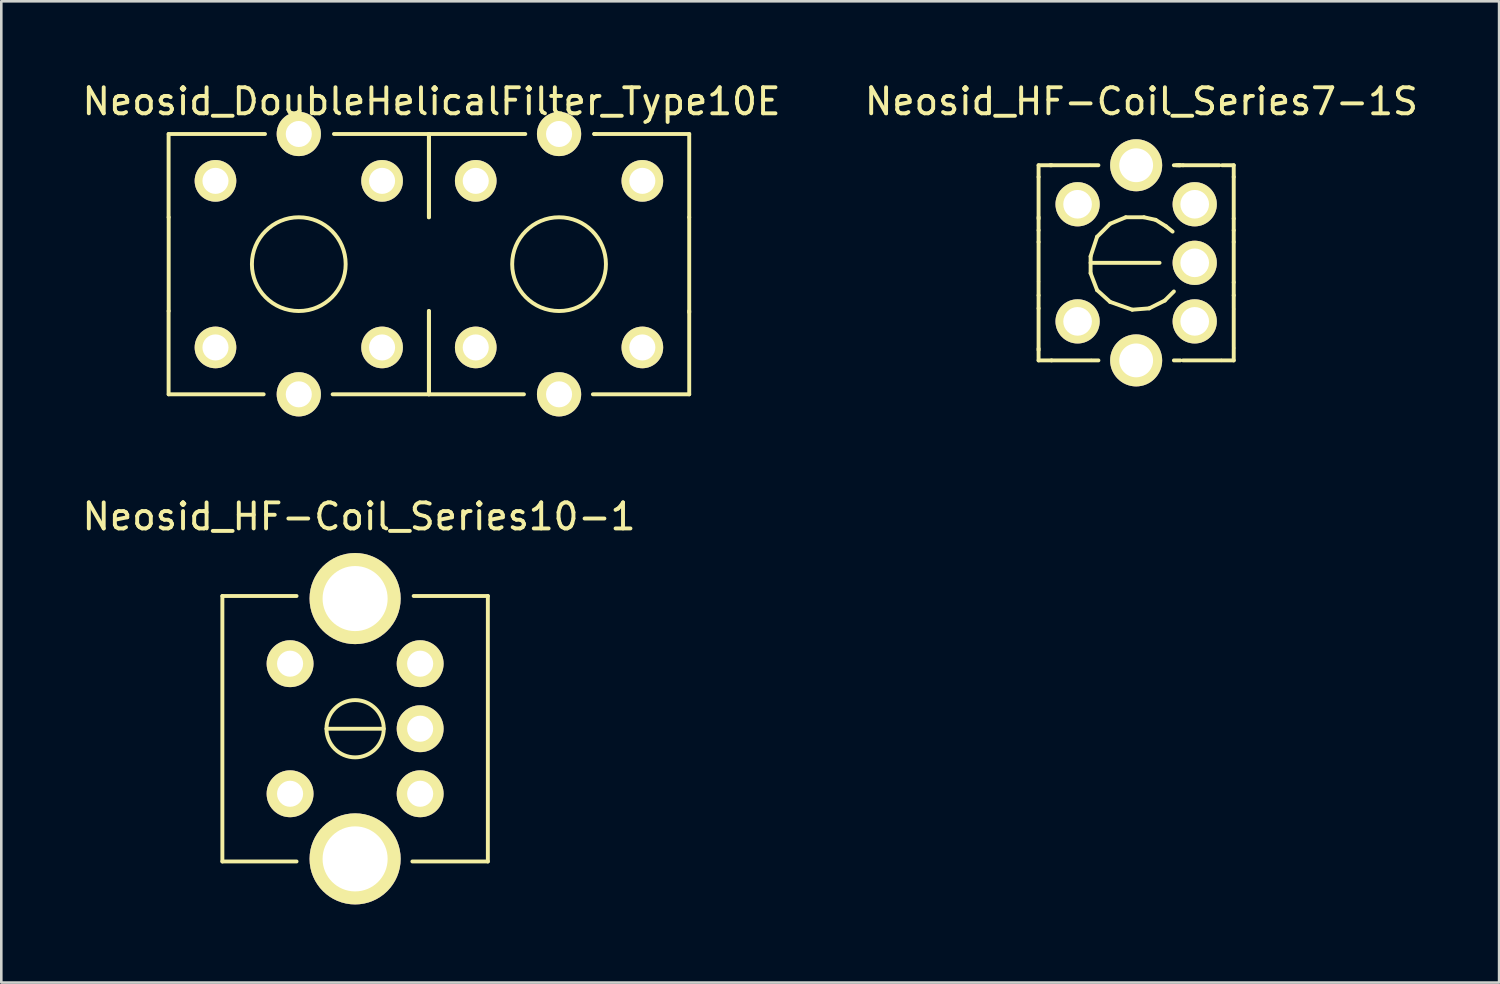
<source format=kicad_pcb>
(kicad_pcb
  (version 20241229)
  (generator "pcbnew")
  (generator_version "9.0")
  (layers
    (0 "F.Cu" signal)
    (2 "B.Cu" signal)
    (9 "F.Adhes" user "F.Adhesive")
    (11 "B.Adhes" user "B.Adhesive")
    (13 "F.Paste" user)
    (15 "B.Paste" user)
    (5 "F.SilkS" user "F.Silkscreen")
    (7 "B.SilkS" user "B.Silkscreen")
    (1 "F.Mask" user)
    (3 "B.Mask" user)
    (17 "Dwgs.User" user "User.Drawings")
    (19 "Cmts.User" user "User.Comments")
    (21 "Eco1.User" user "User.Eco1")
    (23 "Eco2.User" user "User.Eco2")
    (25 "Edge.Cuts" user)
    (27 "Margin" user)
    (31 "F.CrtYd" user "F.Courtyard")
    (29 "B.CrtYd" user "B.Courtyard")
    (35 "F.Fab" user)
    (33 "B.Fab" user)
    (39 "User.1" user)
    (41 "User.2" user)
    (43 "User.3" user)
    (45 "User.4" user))
  (footprint "Neosid_HF-Coil_Series10-1"
    (layer "F.Cu")
    (at 10.594 24.949)
    (property "Reference" "Neosid_HF-Coil_Series10-1" (at 0.15 -8.151 0) (layer "F.SilkS") (effects (font (size 1 1) (thickness 0.15))))
    (attr through_hole)
    (fp_line (start -5.1 -5.1) (end -5.1 5.1) (stroke (width 0.15) (type solid)) (layer "F.SilkS"))
    (fp_line (start -5.1 5.1) (end -2.25 5.1) (stroke (width 0.15) (type solid)) (layer "F.SilkS"))
    (fp_line (start -2.25 -5.1) (end -5.1 -5.1) (stroke (width 0.15) (type solid)) (layer "F.SilkS"))
    (fp_line (start -1.1 0) (end 1.1 0) (stroke (width 0.15) (type solid)) (layer "F.SilkS"))
    (fp_line (start 2.2 5.1) (end 5.1 5.1) (stroke (width 0.15) (type solid)) (layer "F.SilkS"))
    (fp_line (start 5.1 -5.1) (end 2.25 -5.1) (stroke (width 0.15) (type solid)) (layer "F.SilkS"))
    (fp_line (start 5.1 5.1) (end 5.1 -5.1) (stroke (width 0.15) (type solid)) (layer "F.SilkS"))
    (fp_circle (center 0 0) (end 1.1 0) (stroke (width 0.15) (type solid)) (fill no) (layer "F.SilkS"))
    (pad "1" thru_hole circle (at -2.499 -2.499 90) (size 1.801 1.801) (drill 1.001) (layers "*.Cu" "*.Mask" "F.SilkS"))
    (pad "3" thru_hole circle (at -2.499 2.499 90) (size 1.801 1.801) (drill 1.001) (layers "*.Cu" "*.Mask" "F.SilkS"))
    (pad "4" thru_hole circle (at 2.499 2.499 90) (size 1.801 1.801) (drill 1.001) (layers "*.Cu" "*.Mask" "F.SilkS"))
    (pad "5" thru_hole circle (at 2.499 0 90) (size 1.801 1.801) (drill 1.001) (layers "*.Cu" "*.Mask" "F.SilkS"))
    (pad "6" thru_hole circle (at 2.499 -2.499 90) (size 1.801 1.801) (drill 1.001) (layers "*.Cu" "*.Mask" "F.SilkS"))
    (pad "~" thru_hole circle (at 0 -5.001 90) (size 3.5 3.5) (drill 2.499) (layers "*.Cu" "*.Mask" "F.SilkS"))
    (pad "~" thru_hole circle (at 0 5.001 90) (size 3.5 3.5) (drill 2.499) (layers "*.Cu" "*.Mask" "F.SilkS")))
  (footprint "Neosid_HF-Coil_Series7-1S"
    (layer "F.Cu")
    (at 40.603 7.048)
    (property "Reference" "Neosid_HF-Coil_Series7-1S" (at 0.201 -6.2 0) (layer "F.SilkS") (effects (font (size 1 1) (thickness 0.15))))
    (attr through_hole)
    (fp_line (start -3.749 -3.749) (end -3.749 -3.299) (stroke (width 0.15) (type solid)) (layer "F.SilkS"))
    (fp_line (start -3.749 -3.749) (end -3.251 -3.749) (stroke (width 0.15) (type solid)) (layer "F.SilkS"))
    (fp_line (start -3.749 -3.299) (end -3.749 -1.699) (stroke (width 0.15) (type solid)) (layer "F.SilkS"))
    (fp_line (start -3.749 -1.25) (end -3.749 -1.75) (stroke (width 0.15) (type solid)) (layer "F.SilkS"))
    (fp_line (start -3.749 -1.25) (end -3.749 -0.8) (stroke (width 0.15) (type solid)) (layer "F.SilkS"))
    (fp_line (start -3.749 -0.8) (end -3.749 0.701) (stroke (width 0.15) (type solid)) (layer "F.SilkS"))
    (fp_line (start -3.749 1.25) (end -3.749 0.749) (stroke (width 0.15) (type solid)) (layer "F.SilkS"))
    (fp_line (start -3.749 1.25) (end -3.749 1.75) (stroke (width 0.15) (type solid)) (layer "F.SilkS"))
    (fp_line (start -3.749 1.75) (end -3.749 3.35) (stroke (width 0.15) (type solid)) (layer "F.SilkS"))
    (fp_line (start -3.749 3.749) (end -3.749 3.299) (stroke (width 0.15) (type solid)) (layer "F.SilkS"))
    (fp_line (start -3.749 3.749) (end -3.251 3.749) (stroke (width 0.15) (type solid)) (layer "F.SilkS"))
    (fp_line (start -3.251 3.749) (end -1.75 3.749) (stroke (width 0.15) (type solid)) (layer "F.SilkS"))
    (fp_line (start -1.801 -3.749) (end -3.299 -3.749) (stroke (width 0.15) (type solid)) (layer "F.SilkS"))
    (fp_line (start -1.75 -0.249) (end -1.75 0.399) (stroke (width 0.15) (type solid)) (layer "F.SilkS"))
    (fp_line (start -1.75 0) (end 0.899 0) (stroke (width 0.15) (type solid)) (layer "F.SilkS"))
    (fp_line (start -1.75 0.399) (end -1.501 1.049) (stroke (width 0.15) (type solid)) (layer "F.SilkS"))
    (fp_line (start -1.699 3.749) (end -1.45 3.749) (stroke (width 0.15) (type solid)) (layer "F.SilkS"))
    (fp_line (start -1.501 -1.001) (end -1.75 -0.249) (stroke (width 0.15) (type solid)) (layer "F.SilkS"))
    (fp_line (start -1.501 1.049) (end -1.001 1.501) (stroke (width 0.15) (type solid)) (layer "F.SilkS"))
    (fp_line (start -1.45 -3.749) (end -1.75 -3.749) (stroke (width 0.15) (type solid)) (layer "F.SilkS"))
    (fp_line (start -1.001 -1.501) (end -1.501 -1.001) (stroke (width 0.15) (type solid)) (layer "F.SilkS"))
    (fp_line (start -1.001 1.501) (end -0.15 1.801) (stroke (width 0.15) (type solid)) (layer "F.SilkS"))
    (fp_line (start -0.399 -1.75) (end -1.001 -1.501) (stroke (width 0.15) (type solid)) (layer "F.SilkS"))
    (fp_line (start -0.15 1.801) (end 0.5 1.75) (stroke (width 0.15) (type solid)) (layer "F.SilkS"))
    (fp_line (start 0.3 -1.75) (end -0.399 -1.75) (stroke (width 0.15) (type solid)) (layer "F.SilkS"))
    (fp_line (start 0.5 1.75) (end 1.1 1.45) (stroke (width 0.15) (type solid)) (layer "F.SilkS"))
    (fp_line (start 0.749 -1.651) (end 0.3 -1.75) (stroke (width 0.15) (type solid)) (layer "F.SilkS"))
    (fp_line (start 1.1 1.45) (end 1.45 1.1) (stroke (width 0.15) (type solid)) (layer "F.SilkS"))
    (fp_line (start 1.151 -1.4) (end 0.749 -1.651) (stroke (width 0.15) (type solid)) (layer "F.SilkS"))
    (fp_line (start 1.4 -1.199) (end 1.151 -1.4) (stroke (width 0.15) (type solid)) (layer "F.SilkS"))
    (fp_line (start 1.45 3.749) (end 1.699 3.749) (stroke (width 0.15) (type solid)) (layer "F.SilkS"))
    (fp_line (start 1.549 -3.749) (end 1.651 -3.749) (stroke (width 0.15) (type solid)) (layer "F.SilkS"))
    (fp_line (start 1.651 -3.749) (end 1.801 -3.749) (stroke (width 0.15) (type solid)) (layer "F.SilkS"))
    (fp_line (start 1.699 -3.749) (end 1.448 -3.749) (stroke (width 0.15) (type solid)) (layer "F.SilkS"))
    (fp_line (start 1.801 3.749) (end 3.251 3.749) (stroke (width 0.15) (type solid)) (layer "F.SilkS"))
    (fp_line (start 3.2 -3.749) (end 1.801 -3.749) (stroke (width 0.15) (type solid)) (layer "F.SilkS"))
    (fp_line (start 3.749 -3.749) (end 3.299 -3.749) (stroke (width 0.15) (type solid)) (layer "F.SilkS"))
    (fp_line (start 3.749 -3.749) (end 3.749 -3.299) (stroke (width 0.15) (type solid)) (layer "F.SilkS"))
    (fp_line (start 3.749 -3.299) (end 3.749 -1.699) (stroke (width 0.15) (type solid)) (layer "F.SilkS"))
    (fp_line (start 3.749 -1.25) (end 3.749 -1.699) (stroke (width 0.15) (type solid)) (layer "F.SilkS"))
    (fp_line (start 3.749 -1.25) (end 3.749 -0.8) (stroke (width 0.15) (type solid)) (layer "F.SilkS"))
    (fp_line (start 3.749 0.749) (end 3.749 -0.8) (stroke (width 0.15) (type solid)) (layer "F.SilkS"))
    (fp_line (start 3.749 1.25) (end 3.749 0.749) (stroke (width 0.15) (type solid)) (layer "F.SilkS"))
    (fp_line (start 3.749 1.25) (end 3.749 1.75) (stroke (width 0.15) (type solid)) (layer "F.SilkS"))
    (fp_line (start 3.749 3.251) (end 3.749 1.801) (stroke (width 0.15) (type solid)) (layer "F.SilkS"))
    (fp_line (start 3.749 3.749) (end 3.299 3.749) (stroke (width 0.15) (type solid)) (layer "F.SilkS"))
    (fp_line (start 3.749 3.749) (end 3.749 3.299) (stroke (width 0.15) (type solid)) (layer "F.SilkS"))
    (pad "1" thru_hole circle (at -2.25 -2.25 90) (size 1.699 1.699) (drill 1.1) (layers "*.Cu" "*.Mask" "F.SilkS"))
    (pad "3" thru_hole circle (at -2.25 2.25 90) (size 1.699 1.699) (drill 1.1) (layers "*.Cu" "*.Mask" "F.SilkS"))
    (pad "4" thru_hole circle (at 2.25 2.25 90) (size 1.699 1.699) (drill 1.1) (layers "*.Cu" "*.Mask" "F.SilkS"))
    (pad "5" thru_hole circle (at 2.25 0 90) (size 1.699 1.699) (drill 1.1) (layers "*.Cu" "*.Mask" "F.SilkS"))
    (pad "6" thru_hole circle (at 2.25 -2.25 90) (size 1.699 1.699) (drill 1.1) (layers "*.Cu" "*.Mask" "F.SilkS"))
    (pad "~" thru_hole circle (at 0 -3.749 90) (size 1.999 1.999) (drill 1.3) (layers "*.Cu" "*.Mask" "F.SilkS"))
    (pad "~" thru_hole circle (at 0 3.749 90) (size 1.999 1.999) (drill 1.3) (layers "*.Cu" "*.Mask" "F.SilkS")))
  (footprint "Neosid_DoubleHelicalFilter_Type10E"
    (layer "F.Cu")
    (at 13.431 7.099)
    (property "Reference" "Neosid_DoubleHelicalFilter_Type10E" (at 0.099 -6.251 0) (layer "F.SilkS") (effects (font (size 1 1) (thickness 0.15))))
    (attr through_hole)
    (fp_line (start -10.003 -5.001) (end -10.003 -1.801) (stroke (width 0.15) (type solid)) (layer "F.SilkS"))
    (fp_line (start -10.003 1.801) (end -10.003 5.001) (stroke (width 0.15) (type solid)) (layer "F.SilkS"))
    (fp_line (start -10 -1.801) (end -10 1.801) (stroke (width 0.15) (type solid)) (layer "F.SilkS"))
    (fp_line (start -10 5.001) (end -6.35 5.001) (stroke (width 0.15) (type solid)) (layer "F.SilkS"))
    (fp_line (start -6.299 -5.001) (end -10 -5.001) (stroke (width 0.15) (type solid)) (layer "F.SilkS"))
    (fp_line (start -3.701 5.001) (end 3.65 5.001) (stroke (width 0.15) (type solid)) (layer "F.SilkS"))
    (fp_line (start -0.003 -5.001) (end -0.003 -1.801) (stroke (width 0.15) (type solid)) (layer "F.SilkS"))
    (fp_line (start -0.003 1.801) (end -0.003 5.001) (stroke (width 0.15) (type solid)) (layer "F.SilkS"))
    (fp_line (start 0 -1.801) (end 0 -5.001) (stroke (width 0.15) (type solid)) (layer "F.SilkS"))
    (fp_line (start 0 5.001) (end 0 1.801) (stroke (width 0.15) (type solid)) (layer "F.SilkS"))
    (fp_line (start 3.701 -5.001) (end -3.65 -5.001) (stroke (width 0.15) (type solid)) (layer "F.SilkS"))
    (fp_line (start 6.299 5.001) (end 10 5.001) (stroke (width 0.15) (type solid)) (layer "F.SilkS"))
    (fp_line (start 6.35 -5.001) (end 6.401 -5.001) (stroke (width 0.15) (type solid)) (layer "F.SilkS"))
    (fp_line (start 10 -5.001) (end 6.35 -5.001) (stroke (width 0.15) (type solid)) (layer "F.SilkS"))
    (fp_line (start 10 -1.801) (end 10 -5.001) (stroke (width 0.15) (type solid)) (layer "F.SilkS"))
    (fp_line (start 10 -1.801) (end 10 1.849) (stroke (width 0.15) (type solid)) (layer "F.SilkS"))
    (fp_line (start 10 5.001) (end 10 1.801) (stroke (width 0.15) (type solid)) (layer "F.SilkS"))
    (fp_circle (center -5.001 0) (end -3.2 0) (stroke (width 0.15) (type solid)) (fill no) (layer "F.SilkS"))
    (fp_circle (center 4.999 0) (end 6.8 0) (stroke (width 0.15) (type solid)) (fill no) (layer "F.SilkS"))
    (pad "1" thru_hole circle (at -1.801 3.2 90) (size 1.6 1.6) (drill 1.001) (layers "*.Cu" "*.Mask" "F.SilkS"))
    (pad "2" thru_hole circle (at -1.801 -3.2 90) (size 1.6 1.6) (drill 1.001) (layers "*.Cu" "*.Mask" "F.SilkS"))
    (pad "4" thru_hole circle (at -8.202 -3.2 90) (size 1.6 1.6) (drill 1.001) (layers "*.Cu" "*.Mask" "F.SilkS"))
    (pad "5" thru_hole circle (at -8.202 3.2 90) (size 1.6 1.6) (drill 1.001) (layers "*.Cu" "*.Mask" "F.SilkS"))
    (pad "21" thru_hole circle (at 8.199 3.2 90) (size 1.6 1.6) (drill 1.001) (layers "*.Cu" "*.Mask" "F.SilkS"))
    (pad "22" thru_hole circle (at 8.199 -3.2 90) (size 1.6 1.6) (drill 1.001) (layers "*.Cu" "*.Mask" "F.SilkS"))
    (pad "24" thru_hole circle (at 1.798 -3.2 90) (size 1.6 1.6) (drill 1.001) (layers "*.Cu" "*.Mask" "F.SilkS"))
    (pad "25" thru_hole circle (at 1.798 3.2 90) (size 1.6 1.6) (drill 1.001) (layers "*.Cu" "*.Mask" "F.SilkS"))
    (pad "~" thru_hole circle (at -5.001 -5.001 90) (size 1.699 1.699) (drill 1.001) (layers "*.Cu" "*.Mask" "F.SilkS"))
    (pad "~" thru_hole circle (at -5.001 5.001 90) (size 1.699 1.699) (drill 1.001) (layers "*.Cu" "*.Mask" "F.SilkS"))
    (pad "~" thru_hole circle (at 4.999 -5.001 90) (size 1.699 1.699) (drill 1.001) (layers "*.Cu" "*.Mask" "F.SilkS"))
    (pad "~" thru_hole circle (at 4.999 5.001 90) (size 1.699 1.699) (drill 1.001) (layers "*.Cu" "*.Mask" "F.SilkS")))
  (gr_rect
    (start -3 -3)
    (end 54.548 34.701)
    (stroke (width 0.1) (type default))
    (fill no)
    (layer "Edge.Cuts")))
</source>
